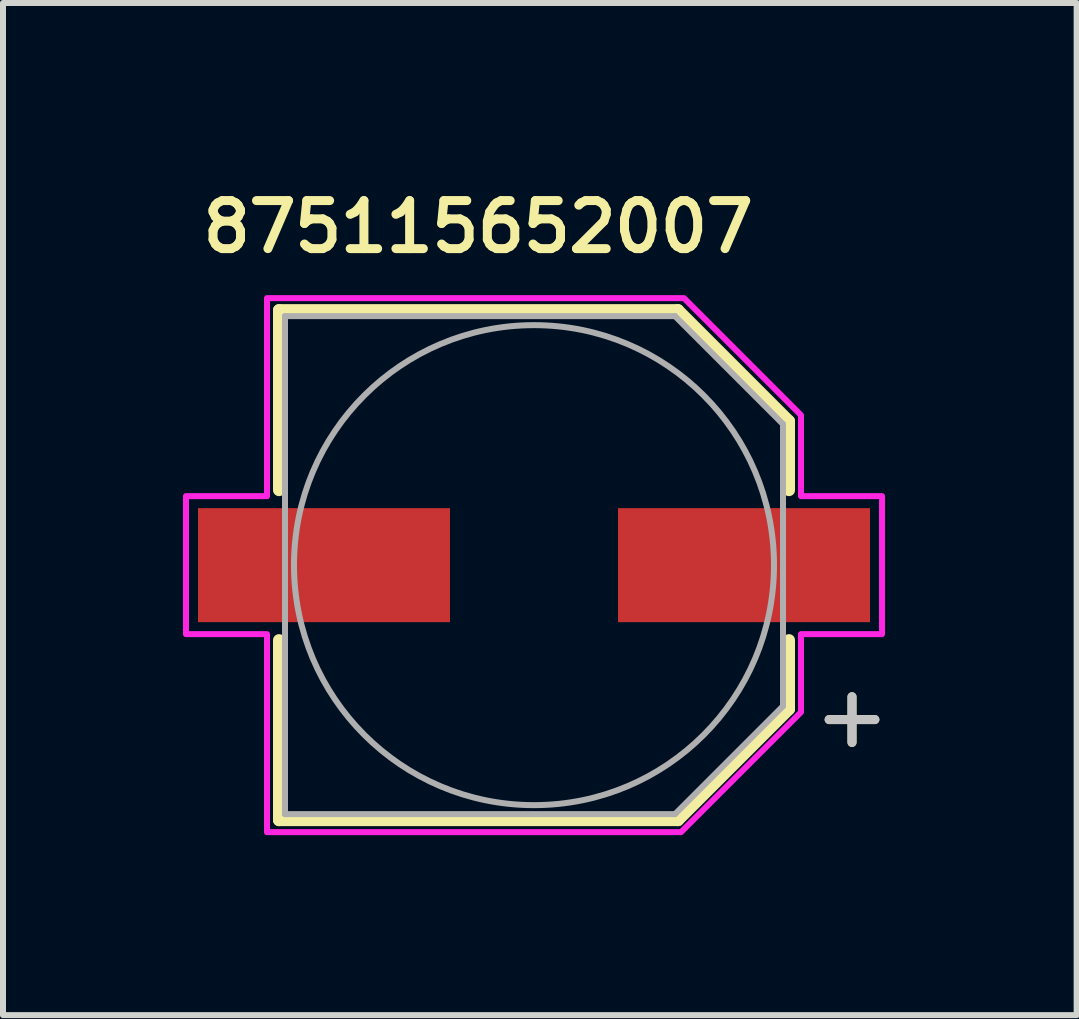
<source format=kicad_pcb>
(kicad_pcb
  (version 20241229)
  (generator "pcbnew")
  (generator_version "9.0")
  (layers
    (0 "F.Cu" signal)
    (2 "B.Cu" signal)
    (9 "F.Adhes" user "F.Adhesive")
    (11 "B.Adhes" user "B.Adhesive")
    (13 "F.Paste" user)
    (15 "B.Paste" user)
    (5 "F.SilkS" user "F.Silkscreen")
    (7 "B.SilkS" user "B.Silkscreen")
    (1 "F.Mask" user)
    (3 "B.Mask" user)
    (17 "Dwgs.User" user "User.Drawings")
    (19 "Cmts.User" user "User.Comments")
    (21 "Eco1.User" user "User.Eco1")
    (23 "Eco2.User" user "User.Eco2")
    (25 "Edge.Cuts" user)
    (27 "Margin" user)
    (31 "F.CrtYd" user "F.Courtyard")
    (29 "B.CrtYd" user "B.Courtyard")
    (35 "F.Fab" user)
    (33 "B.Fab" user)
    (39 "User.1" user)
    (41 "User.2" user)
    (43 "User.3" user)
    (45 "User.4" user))
  (footprint "875115652007"
    (layer "F.Cu")
    (at 5.85 6.369)
    (property "Reference" "875115652007" (at -0.93 -5.638 0) (layer "F.SilkS") (effects (font (size 0.8 0.8) (thickness 0.15))))
    (attr smd)
    (fp_line (start -4.25 -4.25) (end -4.25 -1.25) (stroke (width 0.2) (type solid)) (layer "F.SilkS"))
    (fp_line (start -4.25 -4.25) (end 2.4 -4.25) (stroke (width 0.2) (type solid)) (layer "F.SilkS"))
    (fp_line (start -4.25 4.25) (end -4.25 1.25) (stroke (width 0.2) (type solid)) (layer "F.SilkS"))
    (fp_line (start -4.25 4.25) (end 2.4 4.25) (stroke (width 0.2) (type solid)) (layer "F.SilkS"))
    (fp_line (start 2.4 -4.25) (end 4.25 -2.4) (stroke (width 0.2) (type solid)) (layer "F.SilkS"))
    (fp_line (start 2.4 4.25) (end 4.25 2.4) (stroke (width 0.2) (type solid)) (layer "F.SilkS"))
    (fp_line (start 4.25 -2.4) (end 4.25 -1.25) (stroke (width 0.2) (type solid)) (layer "F.SilkS"))
    (fp_line (start 4.25 2.4) (end 4.25 1.25) (stroke (width 0.2) (type solid)) (layer "F.SilkS"))
    (fp_poly (pts (xy -4.45 -4.45) (xy -4.45 -1.15) (xy -5.8 -1.15) (xy -5.8 1.15) (xy -4.45 1.15) (xy -4.45 4.45) (xy 2.45 4.45) (xy 4.45 2.45) (xy 4.45 1.15) (xy 5.8 1.15) (xy 5.8 -1.15) (xy 4.45 -1.15) (xy 4.45 -2.5) (xy 2.5 -4.45)) (stroke (width 0.1) (type solid)) (fill no) (layer "F.CrtYd"))
    (fp_line (start -4.15 -4.15) (end -4.15 4.15) (stroke (width 0.1) (type solid)) (layer "F.Fab"))
    (fp_line (start -4.15 4.15) (end 2.35 4.15) (stroke (width 0.1) (type solid)) (layer "F.Fab"))
    (fp_line (start 2.35 -4.15) (end -4.15 -4.15) (stroke (width 0.1) (type solid)) (layer "F.Fab"))
    (fp_line (start 2.35 4.15) (end 4.15 2.35) (stroke (width 0.1) (type solid)) (layer "F.Fab"))
    (fp_line (start 4.15 -2.35) (end 2.35 -4.15) (stroke (width 0.1) (type solid)) (layer "F.Fab"))
    (fp_line (start 4.15 2.35) (end 4.15 -2.35) (stroke (width 0.1) (type solid)) (layer "F.Fab"))
    (fp_circle (center 0 0) (end 4 0) (stroke (width 0.1) (type solid)) (fill no) (layer "F.Fab"))
    (fp_text user "+" (at 5.3 2.5 0) (layer "F.SilkS") (effects (font (size 1 1) (thickness 0.15))))
    (fp_text user "+" (at 5.3 2.5 0) (layer "Dwgs.User") (effects (font (size 1 1) (thickness 0.15))))
    (pad "1" smd rect (at 3.5 0) (size 4.2 1.9) (layers "F.Cu" "F.Mask" "F.Paste"))
    (pad "2" smd rect (at -3.5 0) (size 4.2 1.9) (layers "F.Cu" "F.Mask" "F.Paste")))
  (gr_rect
    (start -3 -3)
    (end 14.894 13.869)
    (stroke (width 0.1) (type default))
    (fill no)
    (layer "Edge.Cuts")))
</source>
